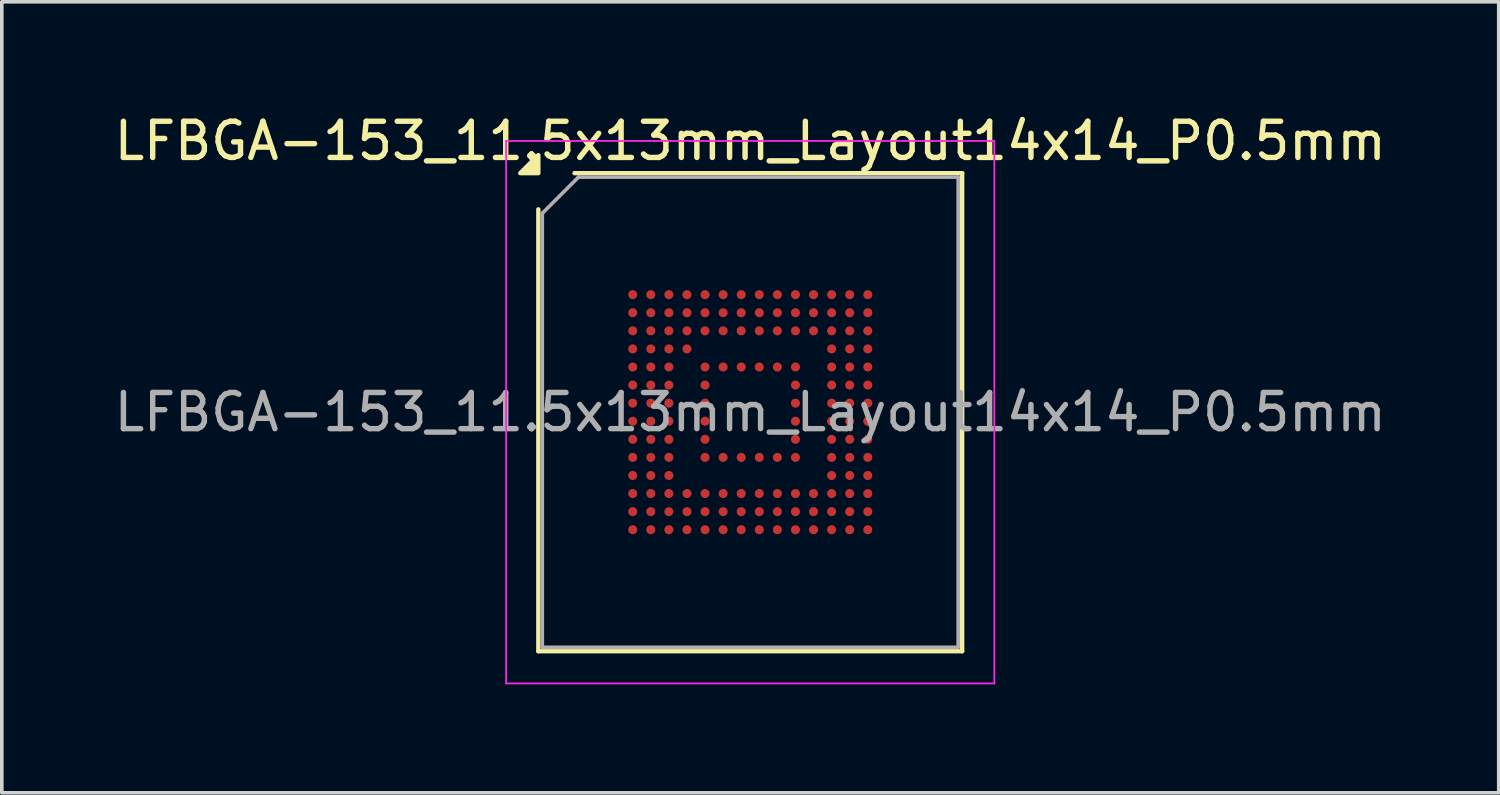
<source format=kicad_pcb>
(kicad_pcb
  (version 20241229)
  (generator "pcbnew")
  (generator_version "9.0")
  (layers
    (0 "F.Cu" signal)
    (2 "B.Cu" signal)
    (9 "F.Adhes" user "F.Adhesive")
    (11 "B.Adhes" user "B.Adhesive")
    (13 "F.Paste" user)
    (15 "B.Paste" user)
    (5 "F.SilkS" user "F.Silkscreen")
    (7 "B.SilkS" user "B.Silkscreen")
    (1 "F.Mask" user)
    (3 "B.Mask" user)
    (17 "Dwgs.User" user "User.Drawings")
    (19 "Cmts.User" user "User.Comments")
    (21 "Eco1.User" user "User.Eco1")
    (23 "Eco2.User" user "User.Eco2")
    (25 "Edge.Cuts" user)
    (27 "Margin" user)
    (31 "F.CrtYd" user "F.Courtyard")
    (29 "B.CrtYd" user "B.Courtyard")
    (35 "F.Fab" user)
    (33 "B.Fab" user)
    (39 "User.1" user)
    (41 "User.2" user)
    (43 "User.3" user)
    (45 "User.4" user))
  (footprint "LFBGA-153_11.5x13mm_Layout14x14_P0.5mm"
    (layer "F.Cu")
    (at 17.696 8.348)
    (property "Reference" "LFBGA-153_11.5x13mm_Layout14x14_P0.5mm" (at 0 -7.5 0) (layer "F.SilkS") (effects (font (size 1 1) (thickness 0.15))))
    (attr smd)
    (fp_line (start -5.86 6.61) (end -5.86 -5.61) (stroke (width 0.12) (type solid)) (layer "F.SilkS"))
    (fp_line (start -4.86 -6.61) (end 5.86 -6.61) (stroke (width 0.12) (type solid)) (layer "F.SilkS"))
    (fp_line (start 5.86 -6.61) (end 5.86 6.61) (stroke (width 0.12) (type solid)) (layer "F.SilkS"))
    (fp_line (start 5.86 6.61) (end -5.86 6.61) (stroke (width 0.12) (type solid)) (layer "F.SilkS"))
    (fp_poly (pts (xy -5.86 -6.61) (xy -6.36 -6.61) (xy -5.86 -7.11)) (stroke (width 0.12) (type solid)) (fill yes) (layer "F.SilkS"))
    (fp_line (start -6.75 -7.5) (end -6.75 7.5) (stroke (width 0.05) (type solid)) (layer "F.CrtYd"))
    (fp_line (start -6.75 7.5) (end 6.75 7.5) (stroke (width 0.05) (type solid)) (layer "F.CrtYd"))
    (fp_line (start 6.75 -7.5) (end -6.75 -7.5) (stroke (width 0.05) (type solid)) (layer "F.CrtYd"))
    (fp_line (start 6.75 7.5) (end 6.75 -7.5) (stroke (width 0.05) (type solid)) (layer "F.CrtYd"))
    (fp_line (start -5.75 -5.5) (end -4.75 -6.5) (stroke (width 0.1) (type solid)) (layer "F.Fab"))
    (fp_line (start -5.75 6.5) (end -5.75 -5.5) (stroke (width 0.1) (type solid)) (layer "F.Fab"))
    (fp_line (start -4.75 -6.5) (end 5.75 -6.5) (stroke (width 0.1) (type solid)) (layer "F.Fab"))
    (fp_line (start 5.75 -6.5) (end 5.75 6.5) (stroke (width 0.1) (type solid)) (layer "F.Fab"))
    (fp_line (start 5.75 6.5) (end -5.75 6.5) (stroke (width 0.1) (type solid)) (layer "F.Fab"))
    (fp_text user "${REFERENCE}" (at 0 0 0) (layer "F.Fab") (effects (font (size 1 1) (thickness 0.15))))
    (pad "A1" smd circle (at -3.25 -3.25) (size 0.25 0.25) (property pad_prop_bga) (layers "F.Cu" "F.Mask" "F.Paste"))
    (pad "A2" smd circle (at -2.75 -3.25) (size 0.25 0.25) (property pad_prop_bga) (layers "F.Cu" "F.Mask" "F.Paste"))
    (pad "A3" smd circle (at -2.25 -3.25) (size 0.25 0.25) (property pad_prop_bga) (layers "F.Cu" "F.Mask" "F.Paste"))
    (pad "A4" smd circle (at -1.75 -3.25) (size 0.25 0.25) (property pad_prop_bga) (layers "F.Cu" "F.Mask" "F.Paste"))
    (pad "A5" smd circle (at -1.25 -3.25) (size 0.25 0.25) (property pad_prop_bga) (layers "F.Cu" "F.Mask" "F.Paste"))
    (pad "A6" smd circle (at -0.75 -3.25) (size 0.25 0.25) (property pad_prop_bga) (layers "F.Cu" "F.Mask" "F.Paste"))
    (pad "A7" smd circle (at -0.25 -3.25) (size 0.25 0.25) (property pad_prop_bga) (layers "F.Cu" "F.Mask" "F.Paste"))
    (pad "A8" smd circle (at 0.25 -3.25) (size 0.25 0.25) (property pad_prop_bga) (layers "F.Cu" "F.Mask" "F.Paste"))
    (pad "A9" smd circle (at 0.75 -3.25) (size 0.25 0.25) (property pad_prop_bga) (layers "F.Cu" "F.Mask" "F.Paste"))
    (pad "A10" smd circle (at 1.25 -3.25) (size 0.25 0.25) (property pad_prop_bga) (layers "F.Cu" "F.Mask" "F.Paste"))
    (pad "A11" smd circle (at 1.75 -3.25) (size 0.25 0.25) (property pad_prop_bga) (layers "F.Cu" "F.Mask" "F.Paste"))
    (pad "A12" smd circle (at 2.25 -3.25) (size 0.25 0.25) (property pad_prop_bga) (layers "F.Cu" "F.Mask" "F.Paste"))
    (pad "A13" smd circle (at 2.75 -3.25) (size 0.25 0.25) (property pad_prop_bga) (layers "F.Cu" "F.Mask" "F.Paste"))
    (pad "A14" smd circle (at 3.25 -3.25) (size 0.25 0.25) (property pad_prop_bga) (layers "F.Cu" "F.Mask" "F.Paste"))
    (pad "B1" smd circle (at -3.25 -2.75) (size 0.25 0.25) (property pad_prop_bga) (layers "F.Cu" "F.Mask" "F.Paste"))
    (pad "B2" smd circle (at -2.75 -2.75) (size 0.25 0.25) (property pad_prop_bga) (layers "F.Cu" "F.Mask" "F.Paste"))
    (pad "B3" smd circle (at -2.25 -2.75) (size 0.25 0.25) (property pad_prop_bga) (layers "F.Cu" "F.Mask" "F.Paste"))
    (pad "B4" smd circle (at -1.75 -2.75) (size 0.25 0.25) (property pad_prop_bga) (layers "F.Cu" "F.Mask" "F.Paste"))
    (pad "B5" smd circle (at -1.25 -2.75) (size 0.25 0.25) (property pad_prop_bga) (layers "F.Cu" "F.Mask" "F.Paste"))
    (pad "B6" smd circle (at -0.75 -2.75) (size 0.25 0.25) (property pad_prop_bga) (layers "F.Cu" "F.Mask" "F.Paste"))
    (pad "B7" smd circle (at -0.25 -2.75) (size 0.25 0.25) (property pad_prop_bga) (layers "F.Cu" "F.Mask" "F.Paste"))
    (pad "B8" smd circle (at 0.25 -2.75) (size 0.25 0.25) (property pad_prop_bga) (layers "F.Cu" "F.Mask" "F.Paste"))
    (pad "B9" smd circle (at 0.75 -2.75) (size 0.25 0.25) (property pad_prop_bga) (layers "F.Cu" "F.Mask" "F.Paste"))
    (pad "B10" smd circle (at 1.25 -2.75) (size 0.25 0.25) (property pad_prop_bga) (layers "F.Cu" "F.Mask" "F.Paste"))
    (pad "B11" smd circle (at 1.75 -2.75) (size 0.25 0.25) (property pad_prop_bga) (layers "F.Cu" "F.Mask" "F.Paste"))
    (pad "B12" smd circle (at 2.25 -2.75) (size 0.25 0.25) (property pad_prop_bga) (layers "F.Cu" "F.Mask" "F.Paste"))
    (pad "B13" smd circle (at 2.75 -2.75) (size 0.25 0.25) (property pad_prop_bga) (layers "F.Cu" "F.Mask" "F.Paste"))
    (pad "B14" smd circle (at 3.25 -2.75) (size 0.25 0.25) (property pad_prop_bga) (layers "F.Cu" "F.Mask" "F.Paste"))
    (pad "C1" smd circle (at -3.25 -2.25) (size 0.25 0.25) (property pad_prop_bga) (layers "F.Cu" "F.Mask" "F.Paste"))
    (pad "C2" smd circle (at -2.75 -2.25) (size 0.25 0.25) (property pad_prop_bga) (layers "F.Cu" "F.Mask" "F.Paste"))
    (pad "C3" smd circle (at -2.25 -2.25) (size 0.25 0.25) (property pad_prop_bga) (layers "F.Cu" "F.Mask" "F.Paste"))
    (pad "C4" smd circle (at -1.75 -2.25) (size 0.25 0.25) (property pad_prop_bga) (layers "F.Cu" "F.Mask" "F.Paste"))
    (pad "C5" smd circle (at -1.25 -2.25) (size 0.25 0.25) (property pad_prop_bga) (layers "F.Cu" "F.Mask" "F.Paste"))
    (pad "C6" smd circle (at -0.75 -2.25) (size 0.25 0.25) (property pad_prop_bga) (layers "F.Cu" "F.Mask" "F.Paste"))
    (pad "C7" smd circle (at -0.25 -2.25) (size 0.25 0.25) (property pad_prop_bga) (layers "F.Cu" "F.Mask" "F.Paste"))
    (pad "C8" smd circle (at 0.25 -2.25) (size 0.25 0.25) (property pad_prop_bga) (layers "F.Cu" "F.Mask" "F.Paste"))
    (pad "C9" smd circle (at 0.75 -2.25) (size 0.25 0.25) (property pad_prop_bga) (layers "F.Cu" "F.Mask" "F.Paste"))
    (pad "C10" smd circle (at 1.25 -2.25) (size 0.25 0.25) (property pad_prop_bga) (layers "F.Cu" "F.Mask" "F.Paste"))
    (pad "C11" smd circle (at 1.75 -2.25) (size 0.25 0.25) (property pad_prop_bga) (layers "F.Cu" "F.Mask" "F.Paste"))
    (pad "C12" smd circle (at 2.25 -2.25) (size 0.25 0.25) (property pad_prop_bga) (layers "F.Cu" "F.Mask" "F.Paste"))
    (pad "C13" smd circle (at 2.75 -2.25) (size 0.25 0.25) (property pad_prop_bga) (layers "F.Cu" "F.Mask" "F.Paste"))
    (pad "C14" smd circle (at 3.25 -2.25) (size 0.25 0.25) (property pad_prop_bga) (layers "F.Cu" "F.Mask" "F.Paste"))
    (pad "D1" smd circle (at -3.25 -1.75) (size 0.25 0.25) (property pad_prop_bga) (layers "F.Cu" "F.Mask" "F.Paste"))
    (pad "D2" smd circle (at -2.75 -1.75) (size 0.25 0.25) (property pad_prop_bga) (layers "F.Cu" "F.Mask" "F.Paste"))
    (pad "D3" smd circle (at -2.25 -1.75) (size 0.25 0.25) (property pad_prop_bga) (layers "F.Cu" "F.Mask" "F.Paste"))
    (pad "D4" smd circle (at -1.75 -1.75) (size 0.25 0.25) (property pad_prop_bga) (layers "F.Cu" "F.Mask" "F.Paste"))
    (pad "D12" smd circle (at 2.25 -1.75) (size 0.25 0.25) (property pad_prop_bga) (layers "F.Cu" "F.Mask" "F.Paste"))
    (pad "D13" smd circle (at 2.75 -1.75) (size 0.25 0.25) (property pad_prop_bga) (layers "F.Cu" "F.Mask" "F.Paste"))
    (pad "D14" smd circle (at 3.25 -1.75) (size 0.25 0.25) (property pad_prop_bga) (layers "F.Cu" "F.Mask" "F.Paste"))
    (pad "E1" smd circle (at -3.25 -1.25) (size 0.25 0.25) (property pad_prop_bga) (layers "F.Cu" "F.Mask" "F.Paste"))
    (pad "E2" smd circle (at -2.75 -1.25) (size 0.25 0.25) (property pad_prop_bga) (layers "F.Cu" "F.Mask" "F.Paste"))
    (pad "E3" smd circle (at -2.25 -1.25) (size 0.25 0.25) (property pad_prop_bga) (layers "F.Cu" "F.Mask" "F.Paste"))
    (pad "E5" smd circle (at -1.25 -1.25) (size 0.25 0.25) (property pad_prop_bga) (layers "F.Cu" "F.Mask" "F.Paste"))
    (pad "E6" smd circle (at -0.75 -1.25) (size 0.25 0.25) (property pad_prop_bga) (layers "F.Cu" "F.Mask" "F.Paste"))
    (pad "E7" smd circle (at -0.25 -1.25) (size 0.25 0.25) (property pad_prop_bga) (layers "F.Cu" "F.Mask" "F.Paste"))
    (pad "E8" smd circle (at 0.25 -1.25) (size 0.25 0.25) (property pad_prop_bga) (layers "F.Cu" "F.Mask" "F.Paste"))
    (pad "E9" smd circle (at 0.75 -1.25) (size 0.25 0.25) (property pad_prop_bga) (layers "F.Cu" "F.Mask" "F.Paste"))
    (pad "E10" smd circle (at 1.25 -1.25) (size 0.25 0.25) (property pad_prop_bga) (layers "F.Cu" "F.Mask" "F.Paste"))
    (pad "E12" smd circle (at 2.25 -1.25) (size 0.25 0.25) (property pad_prop_bga) (layers "F.Cu" "F.Mask" "F.Paste"))
    (pad "E13" smd circle (at 2.75 -1.25) (size 0.25 0.25) (property pad_prop_bga) (layers "F.Cu" "F.Mask" "F.Paste"))
    (pad "E14" smd circle (at 3.25 -1.25) (size 0.25 0.25) (property pad_prop_bga) (layers "F.Cu" "F.Mask" "F.Paste"))
    (pad "F1" smd circle (at -3.25 -0.75) (size 0.25 0.25) (property pad_prop_bga) (layers "F.Cu" "F.Mask" "F.Paste"))
    (pad "F2" smd circle (at -2.75 -0.75) (size 0.25 0.25) (property pad_prop_bga) (layers "F.Cu" "F.Mask" "F.Paste"))
    (pad "F3" smd circle (at -2.25 -0.75) (size 0.25 0.25) (property pad_prop_bga) (layers "F.Cu" "F.Mask" "F.Paste"))
    (pad "F5" smd circle (at -1.25 -0.75) (size 0.25 0.25) (property pad_prop_bga) (layers "F.Cu" "F.Mask" "F.Paste"))
    (pad "F10" smd circle (at 1.25 -0.75) (size 0.25 0.25) (property pad_prop_bga) (layers "F.Cu" "F.Mask" "F.Paste"))
    (pad "F12" smd circle (at 2.25 -0.75) (size 0.25 0.25) (property pad_prop_bga) (layers "F.Cu" "F.Mask" "F.Paste"))
    (pad "F13" smd circle (at 2.75 -0.75) (size 0.25 0.25) (property pad_prop_bga) (layers "F.Cu" "F.Mask" "F.Paste"))
    (pad "F14" smd circle (at 3.25 -0.75) (size 0.25 0.25) (property pad_prop_bga) (layers "F.Cu" "F.Mask" "F.Paste"))
    (pad "G1" smd circle (at -3.25 -0.25) (size 0.25 0.25) (property pad_prop_bga) (layers "F.Cu" "F.Mask" "F.Paste"))
    (pad "G2" smd circle (at -2.75 -0.25) (size 0.25 0.25) (property pad_prop_bga) (layers "F.Cu" "F.Mask" "F.Paste"))
    (pad "G3" smd circle (at -2.25 -0.25) (size 0.25 0.25) (property pad_prop_bga) (layers "F.Cu" "F.Mask" "F.Paste"))
    (pad "G5" smd circle (at -1.25 -0.25) (size 0.25 0.25) (property pad_prop_bga) (layers "F.Cu" "F.Mask" "F.Paste"))
    (pad "G10" smd circle (at 1.25 -0.25) (size 0.25 0.25) (property pad_prop_bga) (layers "F.Cu" "F.Mask" "F.Paste"))
    (pad "G12" smd circle (at 2.25 -0.25) (size 0.25 0.25) (property pad_prop_bga) (layers "F.Cu" "F.Mask" "F.Paste"))
    (pad "G13" smd circle (at 2.75 -0.25) (size 0.25 0.25) (property pad_prop_bga) (layers "F.Cu" "F.Mask" "F.Paste"))
    (pad "G14" smd circle (at 3.25 -0.25) (size 0.25 0.25) (property pad_prop_bga) (layers "F.Cu" "F.Mask" "F.Paste"))
    (pad "H1" smd circle (at -3.25 0.25) (size 0.25 0.25) (property pad_prop_bga) (layers "F.Cu" "F.Mask" "F.Paste"))
    (pad "H2" smd circle (at -2.75 0.25) (size 0.25 0.25) (property pad_prop_bga) (layers "F.Cu" "F.Mask" "F.Paste"))
    (pad "H3" smd circle (at -2.25 0.25) (size 0.25 0.25) (property pad_prop_bga) (layers "F.Cu" "F.Mask" "F.Paste"))
    (pad "H5" smd circle (at -1.25 0.25) (size 0.25 0.25) (property pad_prop_bga) (layers "F.Cu" "F.Mask" "F.Paste"))
    (pad "H10" smd circle (at 1.25 0.25) (size 0.25 0.25) (property pad_prop_bga) (layers "F.Cu" "F.Mask" "F.Paste"))
    (pad "H12" smd circle (at 2.25 0.25) (size 0.25 0.25) (property pad_prop_bga) (layers "F.Cu" "F.Mask" "F.Paste"))
    (pad "H13" smd circle (at 2.75 0.25) (size 0.25 0.25) (property pad_prop_bga) (layers "F.Cu" "F.Mask" "F.Paste"))
    (pad "H14" smd circle (at 3.25 0.25) (size 0.25 0.25) (property pad_prop_bga) (layers "F.Cu" "F.Mask" "F.Paste"))
    (pad "J1" smd circle (at -3.25 0.75) (size 0.25 0.25) (property pad_prop_bga) (layers "F.Cu" "F.Mask" "F.Paste"))
    (pad "J2" smd circle (at -2.75 0.75) (size 0.25 0.25) (property pad_prop_bga) (layers "F.Cu" "F.Mask" "F.Paste"))
    (pad "J3" smd circle (at -2.25 0.75) (size 0.25 0.25) (property pad_prop_bga) (layers "F.Cu" "F.Mask" "F.Paste"))
    (pad "J5" smd circle (at -1.25 0.75) (size 0.25 0.25) (property pad_prop_bga) (layers "F.Cu" "F.Mask" "F.Paste"))
    (pad "J10" smd circle (at 1.25 0.75) (size 0.25 0.25) (property pad_prop_bga) (layers "F.Cu" "F.Mask" "F.Paste"))
    (pad "J12" smd circle (at 2.25 0.75) (size 0.25 0.25) (property pad_prop_bga) (layers "F.Cu" "F.Mask" "F.Paste"))
    (pad "J13" smd circle (at 2.75 0.75) (size 0.25 0.25) (property pad_prop_bga) (layers "F.Cu" "F.Mask" "F.Paste"))
    (pad "J14" smd circle (at 3.25 0.75) (size 0.25 0.25) (property pad_prop_bga) (layers "F.Cu" "F.Mask" "F.Paste"))
    (pad "K1" smd circle (at -3.25 1.25) (size 0.25 0.25) (property pad_prop_bga) (layers "F.Cu" "F.Mask" "F.Paste"))
    (pad "K2" smd circle (at -2.75 1.25) (size 0.25 0.25) (property pad_prop_bga) (layers "F.Cu" "F.Mask" "F.Paste"))
    (pad "K3" smd circle (at -2.25 1.25) (size 0.25 0.25) (property pad_prop_bga) (layers "F.Cu" "F.Mask" "F.Paste"))
    (pad "K5" smd circle (at -1.25 1.25) (size 0.25 0.25) (property pad_prop_bga) (layers "F.Cu" "F.Mask" "F.Paste"))
    (pad "K6" smd circle (at -0.75 1.25) (size 0.25 0.25) (property pad_prop_bga) (layers "F.Cu" "F.Mask" "F.Paste"))
    (pad "K7" smd circle (at -0.25 1.25) (size 0.25 0.25) (property pad_prop_bga) (layers "F.Cu" "F.Mask" "F.Paste"))
    (pad "K8" smd circle (at 0.25 1.25) (size 0.25 0.25) (property pad_prop_bga) (layers "F.Cu" "F.Mask" "F.Paste"))
    (pad "K9" smd circle (at 0.75 1.25) (size 0.25 0.25) (property pad_prop_bga) (layers "F.Cu" "F.Mask" "F.Paste"))
    (pad "K10" smd circle (at 1.25 1.25) (size 0.25 0.25) (property pad_prop_bga) (layers "F.Cu" "F.Mask" "F.Paste"))
    (pad "K12" smd circle (at 2.25 1.25) (size 0.25 0.25) (property pad_prop_bga) (layers "F.Cu" "F.Mask" "F.Paste"))
    (pad "K13" smd circle (at 2.75 1.25) (size 0.25 0.25) (property pad_prop_bga) (layers "F.Cu" "F.Mask" "F.Paste"))
    (pad "K14" smd circle (at 3.25 1.25) (size 0.25 0.25) (property pad_prop_bga) (layers "F.Cu" "F.Mask" "F.Paste"))
    (pad "L1" smd circle (at -3.25 1.75) (size 0.25 0.25) (property pad_prop_bga) (layers "F.Cu" "F.Mask" "F.Paste"))
    (pad "L2" smd circle (at -2.75 1.75) (size 0.25 0.25) (property pad_prop_bga) (layers "F.Cu" "F.Mask" "F.Paste"))
    (pad "L3" smd circle (at -2.25 1.75) (size 0.25 0.25) (property pad_prop_bga) (layers "F.Cu" "F.Mask" "F.Paste"))
    (pad "L12" smd circle (at 2.25 1.75) (size 0.25 0.25) (property pad_prop_bga) (layers "F.Cu" "F.Mask" "F.Paste"))
    (pad "L13" smd circle (at 2.75 1.75) (size 0.25 0.25) (property pad_prop_bga) (layers "F.Cu" "F.Mask" "F.Paste"))
    (pad "L14" smd circle (at 3.25 1.75) (size 0.25 0.25) (property pad_prop_bga) (layers "F.Cu" "F.Mask" "F.Paste"))
    (pad "M1" smd circle (at -3.25 2.25) (size 0.25 0.25) (property pad_prop_bga) (layers "F.Cu" "F.Mask" "F.Paste"))
    (pad "M2" smd circle (at -2.75 2.25) (size 0.25 0.25) (property pad_prop_bga) (layers "F.Cu" "F.Mask" "F.Paste"))
    (pad "M3" smd circle (at -2.25 2.25) (size 0.25 0.25) (property pad_prop_bga) (layers "F.Cu" "F.Mask" "F.Paste"))
    (pad "M4" smd circle (at -1.75 2.25) (size 0.25 0.25) (property pad_prop_bga) (layers "F.Cu" "F.Mask" "F.Paste"))
    (pad "M5" smd circle (at -1.25 2.25) (size 0.25 0.25) (property pad_prop_bga) (layers "F.Cu" "F.Mask" "F.Paste"))
    (pad "M6" smd circle (at -0.75 2.25) (size 0.25 0.25) (property pad_prop_bga) (layers "F.Cu" "F.Mask" "F.Paste"))
    (pad "M7" smd circle (at -0.25 2.25) (size 0.25 0.25) (property pad_prop_bga) (layers "F.Cu" "F.Mask" "F.Paste"))
    (pad "M8" smd circle (at 0.25 2.25) (size 0.25 0.25) (property pad_prop_bga) (layers "F.Cu" "F.Mask" "F.Paste"))
    (pad "M9" smd circle (at 0.75 2.25) (size 0.25 0.25) (property pad_prop_bga) (layers "F.Cu" "F.Mask" "F.Paste"))
    (pad "M10" smd circle (at 1.25 2.25) (size 0.25 0.25) (property pad_prop_bga) (layers "F.Cu" "F.Mask" "F.Paste"))
    (pad "M11" smd circle (at 1.75 2.25) (size 0.25 0.25) (property pad_prop_bga) (layers "F.Cu" "F.Mask" "F.Paste"))
    (pad "M12" smd circle (at 2.25 2.25) (size 0.25 0.25) (property pad_prop_bga) (layers "F.Cu" "F.Mask" "F.Paste"))
    (pad "M13" smd circle (at 2.75 2.25) (size 0.25 0.25) (property pad_prop_bga) (layers "F.Cu" "F.Mask" "F.Paste"))
    (pad "M14" smd circle (at 3.25 2.25) (size 0.25 0.25) (property pad_prop_bga) (layers "F.Cu" "F.Mask" "F.Paste"))
    (pad "N1" smd circle (at -3.25 2.75) (size 0.25 0.25) (property pad_prop_bga) (layers "F.Cu" "F.Mask" "F.Paste"))
    (pad "N2" smd circle (at -2.75 2.75) (size 0.25 0.25) (property pad_prop_bga) (layers "F.Cu" "F.Mask" "F.Paste"))
    (pad "N3" smd circle (at -2.25 2.75) (size 0.25 0.25) (property pad_prop_bga) (layers "F.Cu" "F.Mask" "F.Paste"))
    (pad "N4" smd circle (at -1.75 2.75) (size 0.25 0.25) (property pad_prop_bga) (layers "F.Cu" "F.Mask" "F.Paste"))
    (pad "N5" smd circle (at -1.25 2.75) (size 0.25 0.25) (property pad_prop_bga) (layers "F.Cu" "F.Mask" "F.Paste"))
    (pad "N6" smd circle (at -0.75 2.75) (size 0.25 0.25) (property pad_prop_bga) (layers "F.Cu" "F.Mask" "F.Paste"))
    (pad "N7" smd circle (at -0.25 2.75) (size 0.25 0.25) (property pad_prop_bga) (layers "F.Cu" "F.Mask" "F.Paste"))
    (pad "N8" smd circle (at 0.25 2.75) (size 0.25 0.25) (property pad_prop_bga) (layers "F.Cu" "F.Mask" "F.Paste"))
    (pad "N9" smd circle (at 0.75 2.75) (size 0.25 0.25) (property pad_prop_bga) (layers "F.Cu" "F.Mask" "F.Paste"))
    (pad "N10" smd circle (at 1.25 2.75) (size 0.25 0.25) (property pad_prop_bga) (layers "F.Cu" "F.Mask" "F.Paste"))
    (pad "N11" smd circle (at 1.75 2.75) (size 0.25 0.25) (property pad_prop_bga) (layers "F.Cu" "F.Mask" "F.Paste"))
    (pad "N12" smd circle (at 2.25 2.75) (size 0.25 0.25) (property pad_prop_bga) (layers "F.Cu" "F.Mask" "F.Paste"))
    (pad "N13" smd circle (at 2.75 2.75) (size 0.25 0.25) (property pad_prop_bga) (layers "F.Cu" "F.Mask" "F.Paste"))
    (pad "N14" smd circle (at 3.25 2.75) (size 0.25 0.25) (property pad_prop_bga) (layers "F.Cu" "F.Mask" "F.Paste"))
    (pad "P1" smd circle (at -3.25 3.25) (size 0.25 0.25) (property pad_prop_bga) (layers "F.Cu" "F.Mask" "F.Paste"))
    (pad "P2" smd circle (at -2.75 3.25) (size 0.25 0.25) (property pad_prop_bga) (layers "F.Cu" "F.Mask" "F.Paste"))
    (pad "P3" smd circle (at -2.25 3.25) (size 0.25 0.25) (property pad_prop_bga) (layers "F.Cu" "F.Mask" "F.Paste"))
    (pad "P4" smd circle (at -1.75 3.25) (size 0.25 0.25) (property pad_prop_bga) (layers "F.Cu" "F.Mask" "F.Paste"))
    (pad "P5" smd circle (at -1.25 3.25) (size 0.25 0.25) (property pad_prop_bga) (layers "F.Cu" "F.Mask" "F.Paste"))
    (pad "P6" smd circle (at -0.75 3.25) (size 0.25 0.25) (property pad_prop_bga) (layers "F.Cu" "F.Mask" "F.Paste"))
    (pad "P7" smd circle (at -0.25 3.25) (size 0.25 0.25) (property pad_prop_bga) (layers "F.Cu" "F.Mask" "F.Paste"))
    (pad "P8" smd circle (at 0.25 3.25) (size 0.25 0.25) (property pad_prop_bga) (layers "F.Cu" "F.Mask" "F.Paste"))
    (pad "P9" smd circle (at 0.75 3.25) (size 0.25 0.25) (property pad_prop_bga) (layers "F.Cu" "F.Mask" "F.Paste"))
    (pad "P10" smd circle (at 1.25 3.25) (size 0.25 0.25) (property pad_prop_bga) (layers "F.Cu" "F.Mask" "F.Paste"))
    (pad "P11" smd circle (at 1.75 3.25) (size 0.25 0.25) (property pad_prop_bga) (layers "F.Cu" "F.Mask" "F.Paste"))
    (pad "P12" smd circle (at 2.25 3.25) (size 0.25 0.25) (property pad_prop_bga) (layers "F.Cu" "F.Mask" "F.Paste"))
    (pad "P13" smd circle (at 2.75 3.25) (size 0.25 0.25) (property pad_prop_bga) (layers "F.Cu" "F.Mask" "F.Paste"))
    (pad "P14" smd circle (at 3.25 3.25) (size 0.25 0.25) (property pad_prop_bga) (layers "F.Cu" "F.Mask" "F.Paste")))
  (gr_rect
    (start -3 -3)
    (end 38.393 18.873)
    (stroke (width 0.1) (type default))
    (fill no)
    (layer "Edge.Cuts")))
</source>
